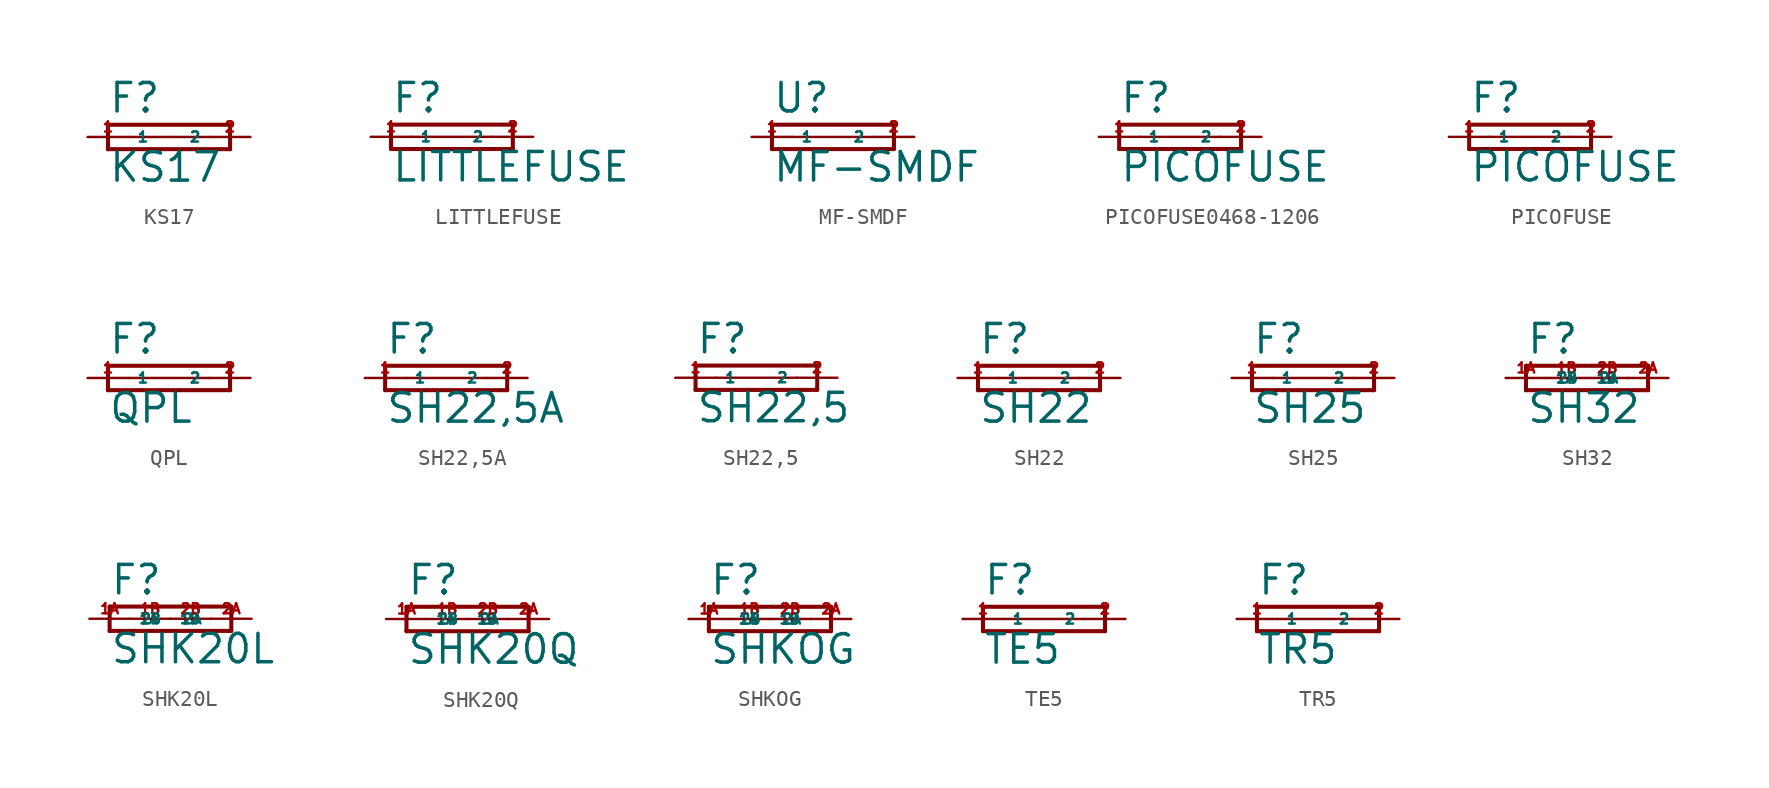
<source format=kicad_sym>
(kicad_symbol_lib
  (version 20220914)
  (generator Eagle2Kicad)
  (symbol "KS17"
    (property "Reference" "F"
      (at -3.81 1.397 0)
      (effects (font (size 1.778 1.778) (thickness 0.22)) (justify left bottom)))
    (property "Value" "KS17"
      (at -3.81 -2.921 0)
      (effects (font (size 1.778 1.778) (thickness 0.22)) (justify left bottom)))
    (polyline
      (pts (xy -3.81 -0.762) (xy 3.81 -0.762))
      (stroke (width 0.254) (type default))
      (fill (type none)))
    (polyline
      (pts (xy 3.81 0.762) (xy -3.81 0.762))
      (stroke (width 0.254) (type default))
      (fill (type none)))
    (polyline
      (pts (xy 3.81 -0.762) (xy 3.81 0.762))
      (stroke (width 0.254) (type default))
      (fill (type none)))
    (polyline
      (pts (xy -3.81 0.762) (xy -3.81 -0.762))
      (stroke (width 0.254) (type default))
      (fill (type none)))
    (polyline
      (pts (xy -2.54 0) (xy 2.54 0))
      (stroke (width 0.152) (type default))
      (fill (type none)))
    (pin passive line
      (at 5.08 0 180)
      (length 2.54)
      (name "2" (effects (font (size 0.635 0.635) (thickness 0.08)) (justify left bottom)))
      (number "2" (effects (font (size 0.635 0.635) (thickness 0.08)) (justify left bottom))))
    (pin passive line
      (at -5.08 0 0)
      (length 2.54)
      (name "1" (effects (font (size 0.635 0.635) (thickness 0.08)) (justify left bottom)))
      (number "1" (effects (font (size 0.635 0.635) (thickness 0.08)) (justify left bottom)))))
  (symbol "LITTLEFUSE"
    (property "Reference" "F"
      (at -3.81 1.397 0)
      (effects (font (size 1.778 1.778) (thickness 0.22)) (justify left bottom)))
    (property "Value" "LITTLEFUSE"
      (at -3.81 -2.921 0)
      (effects (font (size 1.778 1.778) (thickness 0.22)) (justify left bottom)))
    (polyline
      (pts (xy -3.81 -0.762) (xy 3.81 -0.762))
      (stroke (width 0.254) (type default))
      (fill (type none)))
    (polyline
      (pts (xy 3.81 0.762) (xy -3.81 0.762))
      (stroke (width 0.254) (type default))
      (fill (type none)))
    (polyline
      (pts (xy 3.81 -0.762) (xy 3.81 0.762))
      (stroke (width 0.254) (type default))
      (fill (type none)))
    (polyline
      (pts (xy -3.81 0.762) (xy -3.81 -0.762))
      (stroke (width 0.254) (type default))
      (fill (type none)))
    (polyline
      (pts (xy -2.54 0) (xy 2.54 0))
      (stroke (width 0.152) (type default))
      (fill (type none)))
    (pin passive line
      (at 5.08 0 180)
      (length 2.54)
      (name "2" (effects (font (size 0.635 0.635) (thickness 0.08)) (justify left bottom)))
      (number "2" (effects (font (size 0.635 0.635) (thickness 0.08)) (justify left bottom))))
    (pin passive line
      (at -5.08 0 0)
      (length 2.54)
      (name "1" (effects (font (size 0.635 0.635) (thickness 0.08)) (justify left bottom)))
      (number "1" (effects (font (size 0.635 0.635) (thickness 0.08)) (justify left bottom)))))
  (symbol "MF-SMDF"
    (property "Reference" "U"
      (at -3.81 1.397 0)
      (effects (font (size 1.778 1.778) (thickness 0.22)) (justify left bottom)))
    (property "Value" "MF-SMDF"
      (at -3.81 -2.921 0)
      (effects (font (size 1.778 1.778) (thickness 0.22)) (justify left bottom)))
    (polyline
      (pts (xy -3.81 -0.762) (xy 3.81 -0.762))
      (stroke (width 0.254) (type default))
      (fill (type none)))
    (polyline
      (pts (xy 3.81 0.762) (xy -3.81 0.762))
      (stroke (width 0.254) (type default))
      (fill (type none)))
    (polyline
      (pts (xy 3.81 -0.762) (xy 3.81 0.762))
      (stroke (width 0.254) (type default))
      (fill (type none)))
    (polyline
      (pts (xy -3.81 0.762) (xy -3.81 -0.762))
      (stroke (width 0.254) (type default))
      (fill (type none)))
    (polyline
      (pts (xy -2.54 0) (xy 2.54 0))
      (stroke (width 0.152) (type default))
      (fill (type none)))
    (pin passive line
      (at 5.08 0 180)
      (length 2.54)
      (name "2" (effects (font (size 0.635 0.635) (thickness 0.08)) (justify left bottom)))
      (number "2" (effects (font (size 0.635 0.635) (thickness 0.08)) (justify left bottom))))
    (pin passive line
      (at -5.08 0 0)
      (length 2.54)
      (name "1" (effects (font (size 0.635 0.635) (thickness 0.08)) (justify left bottom)))
      (number "1" (effects (font (size 0.635 0.635) (thickness 0.08)) (justify left bottom)))))
  (symbol "PICOFUSE0468-1206"
    (property "Reference" "F"
      (at -3.81 1.397 0)
      (effects (font (size 1.778 1.778) (thickness 0.22)) (justify left bottom)))
    (property "Value" "PICOFUSE"
      (at -3.81 -2.921 0)
      (effects (font (size 1.778 1.778) (thickness 0.22)) (justify left bottom)))
    (polyline
      (pts (xy -3.81 -0.762) (xy 3.81 -0.762))
      (stroke (width 0.254) (type default))
      (fill (type none)))
    (polyline
      (pts (xy 3.81 0.762) (xy -3.81 0.762))
      (stroke (width 0.254) (type default))
      (fill (type none)))
    (polyline
      (pts (xy 3.81 -0.762) (xy 3.81 0.762))
      (stroke (width 0.254) (type default))
      (fill (type none)))
    (polyline
      (pts (xy -3.81 0.762) (xy -3.81 -0.762))
      (stroke (width 0.254) (type default))
      (fill (type none)))
    (polyline
      (pts (xy -2.54 0) (xy 2.54 0))
      (stroke (width 0.152) (type default))
      (fill (type none)))
    (pin passive line
      (at 5.08 0 180)
      (length 2.54)
      (name "2" (effects (font (size 0.635 0.635) (thickness 0.08)) (justify left bottom)))
      (number "2" (effects (font (size 0.635 0.635) (thickness 0.08)) (justify left bottom))))
    (pin passive line
      (at -5.08 0 0)
      (length 2.54)
      (name "1" (effects (font (size 0.635 0.635) (thickness 0.08)) (justify left bottom)))
      (number "1" (effects (font (size 0.635 0.635) (thickness 0.08)) (justify left bottom)))))
  (symbol "PICOFUSE"
    (property "Reference" "F"
      (at -3.81 1.397 0)
      (effects (font (size 1.778 1.778) (thickness 0.22)) (justify left bottom)))
    (property "Value" "PICOFUSE"
      (at -3.81 -2.921 0)
      (effects (font (size 1.778 1.778) (thickness 0.22)) (justify left bottom)))
    (polyline
      (pts (xy -3.81 -0.762) (xy 3.81 -0.762))
      (stroke (width 0.254) (type default))
      (fill (type none)))
    (polyline
      (pts (xy 3.81 0.762) (xy -3.81 0.762))
      (stroke (width 0.254) (type default))
      (fill (type none)))
    (polyline
      (pts (xy 3.81 -0.762) (xy 3.81 0.762))
      (stroke (width 0.254) (type default))
      (fill (type none)))
    (polyline
      (pts (xy -3.81 0.762) (xy -3.81 -0.762))
      (stroke (width 0.254) (type default))
      (fill (type none)))
    (polyline
      (pts (xy -2.54 0) (xy 2.54 0))
      (stroke (width 0.152) (type default))
      (fill (type none)))
    (pin passive line
      (at 5.08 0 180)
      (length 2.54)
      (name "2" (effects (font (size 0.635 0.635) (thickness 0.08)) (justify left bottom)))
      (number "2" (effects (font (size 0.635 0.635) (thickness 0.08)) (justify left bottom))))
    (pin passive line
      (at -5.08 0 0)
      (length 2.54)
      (name "1" (effects (font (size 0.635 0.635) (thickness 0.08)) (justify left bottom)))
      (number "1" (effects (font (size 0.635 0.635) (thickness 0.08)) (justify left bottom)))))
  (symbol "QPL"
    (property "Reference" "F"
      (at -3.81 1.397 0)
      (effects (font (size 1.778 1.778) (thickness 0.22)) (justify left bottom)))
    (property "Value" "QPL"
      (at -3.81 -2.921 0)
      (effects (font (size 1.778 1.778) (thickness 0.22)) (justify left bottom)))
    (polyline
      (pts (xy -3.81 -0.762) (xy 3.81 -0.762))
      (stroke (width 0.254) (type default))
      (fill (type none)))
    (polyline
      (pts (xy 3.81 0.762) (xy -3.81 0.762))
      (stroke (width 0.254) (type default))
      (fill (type none)))
    (polyline
      (pts (xy 3.81 -0.762) (xy 3.81 0.762))
      (stroke (width 0.254) (type default))
      (fill (type none)))
    (polyline
      (pts (xy -3.81 0.762) (xy -3.81 -0.762))
      (stroke (width 0.254) (type default))
      (fill (type none)))
    (polyline
      (pts (xy -2.54 0) (xy 2.54 0))
      (stroke (width 0.152) (type default))
      (fill (type none)))
    (pin passive line
      (at 5.08 0 180)
      (length 2.54)
      (name "2" (effects (font (size 0.635 0.635) (thickness 0.08)) (justify left bottom)))
      (number "2" (effects (font (size 0.635 0.635) (thickness 0.08)) (justify left bottom))))
    (pin passive line
      (at -5.08 0 0)
      (length 2.54)
      (name "1" (effects (font (size 0.635 0.635) (thickness 0.08)) (justify left bottom)))
      (number "1" (effects (font (size 0.635 0.635) (thickness 0.08)) (justify left bottom)))))
  (symbol "SH22,5A"
    (property "Reference" "F"
      (at -3.81 1.397 0)
      (effects (font (size 1.778 1.778) (thickness 0.22)) (justify left bottom)))
    (property "Value" "SH22,5A"
      (at -3.81 -2.921 0)
      (effects (font (size 1.778 1.778) (thickness 0.22)) (justify left bottom)))
    (polyline
      (pts (xy -3.81 -0.762) (xy 3.81 -0.762))
      (stroke (width 0.254) (type default))
      (fill (type none)))
    (polyline
      (pts (xy 3.81 0.762) (xy -3.81 0.762))
      (stroke (width 0.254) (type default))
      (fill (type none)))
    (polyline
      (pts (xy 3.81 -0.762) (xy 3.81 0.762))
      (stroke (width 0.254) (type default))
      (fill (type none)))
    (polyline
      (pts (xy -3.81 0.762) (xy -3.81 -0.762))
      (stroke (width 0.254) (type default))
      (fill (type none)))
    (polyline
      (pts (xy -2.54 0) (xy 2.54 0))
      (stroke (width 0.152) (type default))
      (fill (type none)))
    (pin passive line
      (at 5.08 0 180)
      (length 2.54)
      (name "2" (effects (font (size 0.635 0.635) (thickness 0.08)) (justify left bottom)))
      (number "2" (effects (font (size 0.635 0.635) (thickness 0.08)) (justify left bottom))))
    (pin passive line
      (at -5.08 0 0)
      (length 2.54)
      (name "1" (effects (font (size 0.635 0.635) (thickness 0.08)) (justify left bottom)))
      (number "1" (effects (font (size 0.635 0.635) (thickness 0.08)) (justify left bottom)))))
  (symbol "SH22,5"
    (property "Reference" "F"
      (at -3.81 1.397 0)
      (effects (font (size 1.778 1.778) (thickness 0.22)) (justify left bottom)))
    (property "Value" "SH22,5"
      (at -3.81 -2.921 0)
      (effects (font (size 1.778 1.778) (thickness 0.22)) (justify left bottom)))
    (polyline
      (pts (xy -3.81 -0.762) (xy 3.81 -0.762))
      (stroke (width 0.254) (type default))
      (fill (type none)))
    (polyline
      (pts (xy 3.81 0.762) (xy -3.81 0.762))
      (stroke (width 0.254) (type default))
      (fill (type none)))
    (polyline
      (pts (xy 3.81 -0.762) (xy 3.81 0.762))
      (stroke (width 0.254) (type default))
      (fill (type none)))
    (polyline
      (pts (xy -3.81 0.762) (xy -3.81 -0.762))
      (stroke (width 0.254) (type default))
      (fill (type none)))
    (polyline
      (pts (xy -2.54 0) (xy 2.54 0))
      (stroke (width 0.152) (type default))
      (fill (type none)))
    (pin passive line
      (at 5.08 0 180)
      (length 2.54)
      (name "2" (effects (font (size 0.635 0.635) (thickness 0.08)) (justify left bottom)))
      (number "2" (effects (font (size 0.635 0.635) (thickness 0.08)) (justify left bottom))))
    (pin passive line
      (at -5.08 0 0)
      (length 2.54)
      (name "1" (effects (font (size 0.635 0.635) (thickness 0.08)) (justify left bottom)))
      (number "1" (effects (font (size 0.635 0.635) (thickness 0.08)) (justify left bottom)))))
  (symbol "SH22"
    (property "Reference" "F"
      (at -3.81 1.397 0)
      (effects (font (size 1.778 1.778) (thickness 0.22)) (justify left bottom)))
    (property "Value" "SH22"
      (at -3.81 -2.921 0)
      (effects (font (size 1.778 1.778) (thickness 0.22)) (justify left bottom)))
    (polyline
      (pts (xy -3.81 -0.762) (xy 3.81 -0.762))
      (stroke (width 0.254) (type default))
      (fill (type none)))
    (polyline
      (pts (xy 3.81 0.762) (xy -3.81 0.762))
      (stroke (width 0.254) (type default))
      (fill (type none)))
    (polyline
      (pts (xy 3.81 -0.762) (xy 3.81 0.762))
      (stroke (width 0.254) (type default))
      (fill (type none)))
    (polyline
      (pts (xy -3.81 0.762) (xy -3.81 -0.762))
      (stroke (width 0.254) (type default))
      (fill (type none)))
    (polyline
      (pts (xy -2.54 0) (xy 2.54 0))
      (stroke (width 0.152) (type default))
      (fill (type none)))
    (pin passive line
      (at 5.08 0 180)
      (length 2.54)
      (name "2" (effects (font (size 0.635 0.635) (thickness 0.08)) (justify left bottom)))
      (number "2" (effects (font (size 0.635 0.635) (thickness 0.08)) (justify left bottom))))
    (pin passive line
      (at -5.08 0 0)
      (length 2.54)
      (name "1" (effects (font (size 0.635 0.635) (thickness 0.08)) (justify left bottom)))
      (number "1" (effects (font (size 0.635 0.635) (thickness 0.08)) (justify left bottom)))))
  (symbol "SH25"
    (property "Reference" "F"
      (at -3.81 1.397 0)
      (effects (font (size 1.778 1.778) (thickness 0.22)) (justify left bottom)))
    (property "Value" "SH25"
      (at -3.81 -2.921 0)
      (effects (font (size 1.778 1.778) (thickness 0.22)) (justify left bottom)))
    (polyline
      (pts (xy -3.81 -0.762) (xy 3.81 -0.762))
      (stroke (width 0.254) (type default))
      (fill (type none)))
    (polyline
      (pts (xy 3.81 0.762) (xy -3.81 0.762))
      (stroke (width 0.254) (type default))
      (fill (type none)))
    (polyline
      (pts (xy 3.81 -0.762) (xy 3.81 0.762))
      (stroke (width 0.254) (type default))
      (fill (type none)))
    (polyline
      (pts (xy -3.81 0.762) (xy -3.81 -0.762))
      (stroke (width 0.254) (type default))
      (fill (type none)))
    (polyline
      (pts (xy -2.54 0) (xy 2.54 0))
      (stroke (width 0.152) (type default))
      (fill (type none)))
    (pin passive line
      (at 5.08 0 180)
      (length 2.54)
      (name "2" (effects (font (size 0.635 0.635) (thickness 0.08)) (justify left bottom)))
      (number "2" (effects (font (size 0.635 0.635) (thickness 0.08)) (justify left bottom))))
    (pin passive line
      (at -5.08 0 0)
      (length 2.54)
      (name "1" (effects (font (size 0.635 0.635) (thickness 0.08)) (justify left bottom)))
      (number "1" (effects (font (size 0.635 0.635) (thickness 0.08)) (justify left bottom)))))
  (symbol "SH32"
    (property "Reference" "F"
      (at -3.81 1.397 0)
      (effects (font (size 1.778 1.778) (thickness 0.22)) (justify left bottom)))
    (property "Value" "SH32"
      (at -3.81 -2.921 0)
      (effects (font (size 1.778 1.778) (thickness 0.22)) (justify left bottom)))
    (polyline
      (pts (xy -3.81 -0.762) (xy 3.81 -0.762))
      (stroke (width 0.254) (type default))
      (fill (type none)))
    (polyline
      (pts (xy 3.81 0.762) (xy -3.81 0.762))
      (stroke (width 0.254) (type default))
      (fill (type none)))
    (polyline
      (pts (xy 3.81 -0.762) (xy 3.81 0.762))
      (stroke (width 0.254) (type default))
      (fill (type none)))
    (polyline
      (pts (xy -3.81 0.762) (xy -3.81 -0.762))
      (stroke (width 0.254) (type default))
      (fill (type none)))
    (pin passive line
      (at -2.54 0 0)
      (length 2.54)
      (name "1B" (effects (font (size 0.635 0.635) (thickness 0.08)) (justify left bottom)))
      (number "1B" (effects (font (size 0.635 0.635) (thickness 0.08)) (justify left bottom))))
    (pin passive line
      (at -5.08 0 0)
      (length 2.54)
      (name "1A" (effects (font (size 0.635 0.635) (thickness 0.08)) (justify left bottom)))
      (number "1A" (effects (font (size 0.635 0.635) (thickness 0.08)) (justify left bottom))))
    (pin passive line
      (at 5.08 0 180)
      (length 2.54)
      (name "2A" (effects (font (size 0.635 0.635) (thickness 0.08)) (justify left bottom)))
      (number "2A" (effects (font (size 0.635 0.635) (thickness 0.08)) (justify left bottom))))
    (pin passive line
      (at 2.54 0 180)
      (length 2.54)
      (name "2B" (effects (font (size 0.635 0.635) (thickness 0.08)) (justify left bottom)))
      (number "2B" (effects (font (size 0.635 0.635) (thickness 0.08)) (justify left bottom)))))
  (symbol "SHK20L"
    (property "Reference" "F"
      (at -3.81 1.397 0)
      (effects (font (size 1.778 1.778) (thickness 0.22)) (justify left bottom)))
    (property "Value" "SHK20L"
      (at -3.81 -2.921 0)
      (effects (font (size 1.778 1.778) (thickness 0.22)) (justify left bottom)))
    (polyline
      (pts (xy -3.81 -0.762) (xy 3.81 -0.762))
      (stroke (width 0.254) (type default))
      (fill (type none)))
    (polyline
      (pts (xy 3.81 0.762) (xy -3.81 0.762))
      (stroke (width 0.254) (type default))
      (fill (type none)))
    (polyline
      (pts (xy 3.81 -0.762) (xy 3.81 0.762))
      (stroke (width 0.254) (type default))
      (fill (type none)))
    (polyline
      (pts (xy -3.81 0.762) (xy -3.81 -0.762))
      (stroke (width 0.254) (type default))
      (fill (type none)))
    (pin passive line
      (at -2.54 0 0)
      (length 2.54)
      (name "1B" (effects (font (size 0.635 0.635) (thickness 0.08)) (justify left bottom)))
      (number "1B" (effects (font (size 0.635 0.635) (thickness 0.08)) (justify left bottom))))
    (pin passive line
      (at -5.08 0 0)
      (length 2.54)
      (name "1A" (effects (font (size 0.635 0.635) (thickness 0.08)) (justify left bottom)))
      (number "1A" (effects (font (size 0.635 0.635) (thickness 0.08)) (justify left bottom))))
    (pin passive line
      (at 5.08 0 180)
      (length 2.54)
      (name "2A" (effects (font (size 0.635 0.635) (thickness 0.08)) (justify left bottom)))
      (number "2A" (effects (font (size 0.635 0.635) (thickness 0.08)) (justify left bottom))))
    (pin passive line
      (at 2.54 0 180)
      (length 2.54)
      (name "2B" (effects (font (size 0.635 0.635) (thickness 0.08)) (justify left bottom)))
      (number "2B" (effects (font (size 0.635 0.635) (thickness 0.08)) (justify left bottom)))))
  (symbol "SHK20Q"
    (property "Reference" "F"
      (at -3.81 1.397 0)
      (effects (font (size 1.778 1.778) (thickness 0.22)) (justify left bottom)))
    (property "Value" "SHK20Q"
      (at -3.81 -2.921 0)
      (effects (font (size 1.778 1.778) (thickness 0.22)) (justify left bottom)))
    (polyline
      (pts (xy -3.81 -0.762) (xy 3.81 -0.762))
      (stroke (width 0.254) (type default))
      (fill (type none)))
    (polyline
      (pts (xy 3.81 0.762) (xy -3.81 0.762))
      (stroke (width 0.254) (type default))
      (fill (type none)))
    (polyline
      (pts (xy 3.81 -0.762) (xy 3.81 0.762))
      (stroke (width 0.254) (type default))
      (fill (type none)))
    (polyline
      (pts (xy -3.81 0.762) (xy -3.81 -0.762))
      (stroke (width 0.254) (type default))
      (fill (type none)))
    (pin passive line
      (at -2.54 0 0)
      (length 2.54)
      (name "1B" (effects (font (size 0.635 0.635) (thickness 0.08)) (justify left bottom)))
      (number "1B" (effects (font (size 0.635 0.635) (thickness 0.08)) (justify left bottom))))
    (pin passive line
      (at -5.08 0 0)
      (length 2.54)
      (name "1A" (effects (font (size 0.635 0.635) (thickness 0.08)) (justify left bottom)))
      (number "1A" (effects (font (size 0.635 0.635) (thickness 0.08)) (justify left bottom))))
    (pin passive line
      (at 5.08 0 180)
      (length 2.54)
      (name "2A" (effects (font (size 0.635 0.635) (thickness 0.08)) (justify left bottom)))
      (number "2A" (effects (font (size 0.635 0.635) (thickness 0.08)) (justify left bottom))))
    (pin passive line
      (at 2.54 0 180)
      (length 2.54)
      (name "2B" (effects (font (size 0.635 0.635) (thickness 0.08)) (justify left bottom)))
      (number "2B" (effects (font (size 0.635 0.635) (thickness 0.08)) (justify left bottom)))))
  (symbol "SHKOG"
    (property "Reference" "F"
      (at -3.81 1.397 0)
      (effects (font (size 1.778 1.778) (thickness 0.22)) (justify left bottom)))
    (property "Value" "SHKOG"
      (at -3.81 -2.921 0)
      (effects (font (size 1.778 1.778) (thickness 0.22)) (justify left bottom)))
    (polyline
      (pts (xy -3.81 -0.762) (xy 3.81 -0.762))
      (stroke (width 0.254) (type default))
      (fill (type none)))
    (polyline
      (pts (xy 3.81 0.762) (xy -3.81 0.762))
      (stroke (width 0.254) (type default))
      (fill (type none)))
    (polyline
      (pts (xy 3.81 -0.762) (xy 3.81 0.762))
      (stroke (width 0.254) (type default))
      (fill (type none)))
    (polyline
      (pts (xy -3.81 0.762) (xy -3.81 -0.762))
      (stroke (width 0.254) (type default))
      (fill (type none)))
    (pin passive line
      (at -2.54 0 0)
      (length 2.54)
      (name "1B" (effects (font (size 0.635 0.635) (thickness 0.08)) (justify left bottom)))
      (number "1B" (effects (font (size 0.635 0.635) (thickness 0.08)) (justify left bottom))))
    (pin passive line
      (at -5.08 0 0)
      (length 2.54)
      (name "1A" (effects (font (size 0.635 0.635) (thickness 0.08)) (justify left bottom)))
      (number "1A" (effects (font (size 0.635 0.635) (thickness 0.08)) (justify left bottom))))
    (pin passive line
      (at 5.08 0 180)
      (length 2.54)
      (name "2A" (effects (font (size 0.635 0.635) (thickness 0.08)) (justify left bottom)))
      (number "2A" (effects (font (size 0.635 0.635) (thickness 0.08)) (justify left bottom))))
    (pin passive line
      (at 2.54 0 180)
      (length 2.54)
      (name "2B" (effects (font (size 0.635 0.635) (thickness 0.08)) (justify left bottom)))
      (number "2B" (effects (font (size 0.635 0.635) (thickness 0.08)) (justify left bottom)))))
  (symbol "TE5"
    (property "Reference" "F"
      (at -3.81 1.397 0)
      (effects (font (size 1.778 1.778) (thickness 0.22)) (justify left bottom)))
    (property "Value" "TE5"
      (at -3.81 -2.921 0)
      (effects (font (size 1.778 1.778) (thickness 0.22)) (justify left bottom)))
    (polyline
      (pts (xy -3.81 -0.762) (xy 3.81 -0.762))
      (stroke (width 0.254) (type default))
      (fill (type none)))
    (polyline
      (pts (xy 3.81 0.762) (xy -3.81 0.762))
      (stroke (width 0.254) (type default))
      (fill (type none)))
    (polyline
      (pts (xy 3.81 -0.762) (xy 3.81 0.762))
      (stroke (width 0.254) (type default))
      (fill (type none)))
    (polyline
      (pts (xy -3.81 0.762) (xy -3.81 -0.762))
      (stroke (width 0.254) (type default))
      (fill (type none)))
    (polyline
      (pts (xy -2.54 0) (xy 2.54 0))
      (stroke (width 0.152) (type default))
      (fill (type none)))
    (pin passive line
      (at 5.08 0 180)
      (length 2.54)
      (name "2" (effects (font (size 0.635 0.635) (thickness 0.08)) (justify left bottom)))
      (number "2" (effects (font (size 0.635 0.635) (thickness 0.08)) (justify left bottom))))
    (pin passive line
      (at -5.08 0 0)
      (length 2.54)
      (name "1" (effects (font (size 0.635 0.635) (thickness 0.08)) (justify left bottom)))
      (number "1" (effects (font (size 0.635 0.635) (thickness 0.08)) (justify left bottom)))))
  (symbol "TR5"
    (property "Reference" "F"
      (at -3.81 1.397 0)
      (effects (font (size 1.778 1.778) (thickness 0.22)) (justify left bottom)))
    (property "Value" "TR5"
      (at -3.81 -2.921 0)
      (effects (font (size 1.778 1.778) (thickness 0.22)) (justify left bottom)))
    (polyline
      (pts (xy -3.81 -0.762) (xy 3.81 -0.762))
      (stroke (width 0.254) (type default))
      (fill (type none)))
    (polyline
      (pts (xy 3.81 0.762) (xy -3.81 0.762))
      (stroke (width 0.254) (type default))
      (fill (type none)))
    (polyline
      (pts (xy 3.81 -0.762) (xy 3.81 0.762))
      (stroke (width 0.254) (type default))
      (fill (type none)))
    (polyline
      (pts (xy -3.81 0.762) (xy -3.81 -0.762))
      (stroke (width 0.254) (type default))
      (fill (type none)))
    (polyline
      (pts (xy -2.54 0) (xy 2.54 0))
      (stroke (width 0.152) (type default))
      (fill (type none)))
    (pin passive line
      (at 5.08 0 180)
      (length 2.54)
      (name "2" (effects (font (size 0.635 0.635) (thickness 0.08)) (justify left bottom)))
      (number "2" (effects (font (size 0.635 0.635) (thickness 0.08)) (justify left bottom))))
    (pin passive line
      (at -5.08 0 0)
      (length 2.54)
      (name "1" (effects (font (size 0.635 0.635) (thickness 0.08)) (justify left bottom)))
      (number "1" (effects (font (size 0.635 0.635) (thickness 0.08)) (justify left bottom))))))
</source>
